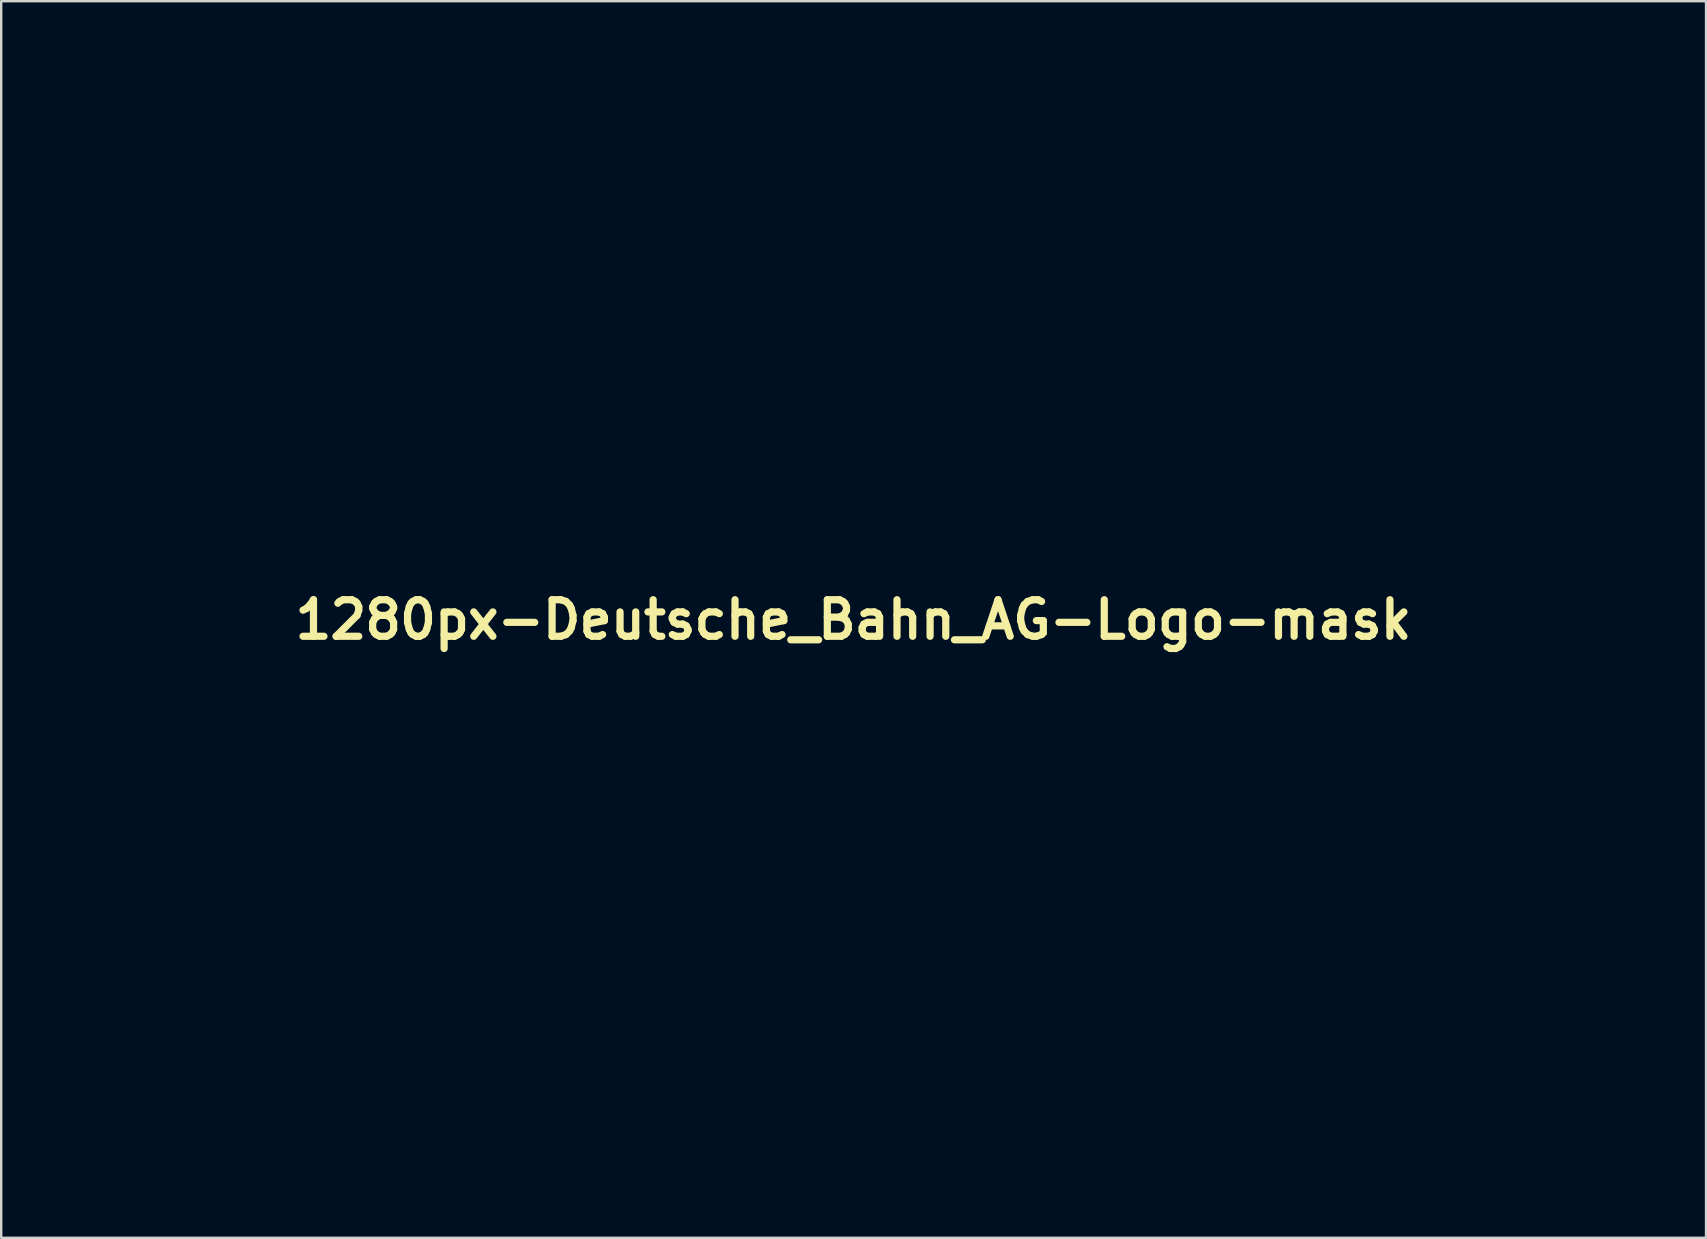
<source format=kicad_pcb>
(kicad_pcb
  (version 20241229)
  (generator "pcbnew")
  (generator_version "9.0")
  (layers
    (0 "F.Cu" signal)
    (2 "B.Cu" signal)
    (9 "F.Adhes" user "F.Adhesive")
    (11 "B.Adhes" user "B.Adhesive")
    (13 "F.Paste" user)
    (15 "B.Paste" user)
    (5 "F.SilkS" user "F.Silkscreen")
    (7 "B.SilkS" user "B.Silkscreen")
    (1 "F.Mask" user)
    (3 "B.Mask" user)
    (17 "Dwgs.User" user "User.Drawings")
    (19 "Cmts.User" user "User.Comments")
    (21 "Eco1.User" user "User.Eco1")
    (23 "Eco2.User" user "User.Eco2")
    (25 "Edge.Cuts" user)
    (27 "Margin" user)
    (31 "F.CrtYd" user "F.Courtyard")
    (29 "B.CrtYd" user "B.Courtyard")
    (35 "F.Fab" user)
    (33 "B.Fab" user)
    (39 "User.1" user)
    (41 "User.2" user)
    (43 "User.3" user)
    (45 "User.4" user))
  (footprint "1280px-Deutsche_Bahn_AG-Logo-mask"
    (layer "F.Cu")
    (at 32.508 22.771)
    (property "Reference" "1280px-Deutsche_Bahn_AG-Logo-mask" (at 0 0 0) (layer "F.SilkS") (effects (font (size 1.524 1.524) (thickness 0.3))))
    (attr through_hole)
    (fp_poly (pts (xy -16.548 -14.9) (xy -15.374 -14.897) (xy -14.343 -14.891) (xy -13.441 -14.88) (xy -12.654 -14.865) (xy -11.969 -14.843) (xy -11.373 -14.814) (xy -10.852 -14.778) (xy -10.393 -14.733) (xy -9.982 -14.679) (xy -9.605 -14.614) (xy -9.25 -14.538) (xy -8.902 -14.449) (xy -8.549 -14.348) (xy -8.255 -14.257) (xy -7.945 -14.148) (xy -7.58 -14.005) (xy -7.198 -13.844) (xy -6.837 -13.682) (xy -6.534 -13.535) (xy -6.329 -13.421) (xy -6.265 -13.373) (xy -6.173 -13.304) (xy -5.988 -13.185) (xy -5.884 -13.12) (xy -5.624 -12.953) (xy -5.388 -12.787) (xy -5.334 -12.745) (xy -5.158 -12.59) (xy -4.904 -12.348) (xy -4.604 -12.054) (xy -4.296 -11.745) (xy -4.013 -11.453) (xy -3.791 -11.216) (xy -3.682 -11.09) (xy -3.481 -10.824) (xy -3.276 -10.53) (xy -3.091 -10.247) (xy -2.952 -10.014) (xy -2.882 -9.868) (xy -2.879 -9.849) (xy -2.833 -9.735) (xy -2.815 -9.723) (xy -2.747 -9.633) (xy -2.631 -9.425) (xy -2.485 -9.135) (xy -2.327 -8.8) (xy -2.175 -8.458) (xy -2.047 -8.145) (xy -1.994 -8.001) (xy -1.895 -7.724) (xy -1.808 -7.491) (xy -1.776 -7.408) (xy -1.684 -7.134) (xy -1.573 -6.734) (xy -1.452 -6.248) (xy -1.333 -5.718) (xy -1.223 -5.185) (xy -1.136 -4.699) (xy -1.044 -4.11) (xy -0.972 -3.563) (xy -0.918 -3.023) (xy -0.88 -2.455) (xy -0.855 -1.826) (xy -0.841 -1.101) (xy -0.836 -0.245) (xy -0.836 -0.127) (xy -0.853 1.27) (xy -0.906 2.527) (xy -1 3.669) (xy -1.138 4.721) (xy -1.323 5.71) (xy -1.558 6.659) (xy -1.817 7.509) (xy -1.948 7.87) (xy -2.12 8.3) (xy -2.316 8.765) (xy -2.522 9.227) (xy -2.721 9.65) (xy -2.897 10) (xy -3.033 10.239) (xy -3.066 10.287) (xy -3.143 10.39) (xy -3.293 10.592) (xy -3.49 10.856) (xy -3.57 10.964) (xy -4.298 11.834) (xy -5.105 12.579) (xy -5.916 13.164) (xy -6.324 13.42) (xy -6.703 13.633) (xy -7.09 13.822) (xy -7.52 14) (xy -8.028 14.183) (xy -8.651 14.387) (xy -8.932 14.476) (xy -9.233 14.552) (xy -9.662 14.635) (xy -10.176 14.719) (xy -10.734 14.795) (xy -10.922 14.818) (xy -11.113 14.831) (xy -11.457 14.843) (xy -11.94 14.854) (xy -12.546 14.864) (xy -13.259 14.873) (xy -14.065 14.881) (xy -14.947 14.888) (xy -15.89 14.893) (xy -16.88 14.896) (xy -17.547 14.897) (xy -23.537 14.901) (xy -23.537 10.091) (xy -16.425 10.091) (xy -14.457 10.052) (xy -13.806 10.037) (xy -13.299 10.021) (xy -12.911 10.001) (xy -12.618 9.975) (xy -12.395 9.942) (xy -12.216 9.898) (xy -12.065 9.846) (xy -11.642 9.677) (xy -11.356 9.555) (xy -11.184 9.47) (xy -11.104 9.41) (xy -11.091 9.379) (xy -11.025 9.316) (xy -10.997 9.313) (xy -10.86 9.254) (xy -10.644 9.095) (xy -10.382 8.866) (xy -10.105 8.596) (xy -9.846 8.313) (xy -9.704 8.139) (xy -9.254 7.462) (xy -8.868 6.68) (xy -8.54 5.78) (xy -8.264 4.746) (xy -8.037 3.564) (xy -8.022 3.471) (xy -7.993 3.196) (xy -7.97 2.778) (xy -7.951 2.244) (xy -7.938 1.619) (xy -7.93 0.932) (xy -7.926 0.207) (xy -7.928 -0.527) (xy -7.934 -1.246) (xy -7.946 -1.922) (xy -7.962 -2.529) (xy -7.983 -3.041) (xy -8.009 -3.43) (xy -8.027 -3.598) (xy -8.181 -4.559) (xy -8.356 -5.382) (xy -8.561 -6.097) (xy -8.808 -6.734) (xy -9.106 -7.325) (xy -9.419 -7.832) (xy -9.835 -8.378) (xy -10.308 -8.839) (xy -10.868 -9.239) (xy -11.546 -9.6) (xy -12.065 -9.825) (xy -12.477 -9.95) (xy -13.036 -10.057) (xy -13.72 -10.141) (xy -14.506 -10.2) (xy -14.965 -10.22) (xy -16.425 -10.27) (xy -16.425 10.091) (xy -23.537 10.091) (xy -23.537 -14.901) (xy -17.877 -14.901) (xy -16.548 -14.9)) (stroke (width 0.01) (type solid)) (fill yes) (layer "F.Mask"))
    (fp_poly (pts (xy 8.7 -14.899) (xy 10.071 -14.898) (xy 11.285 -14.895) (xy 12.353 -14.889) (xy 13.287 -14.881) (xy 14.098 -14.869) (xy 14.799 -14.854) (xy 15.401 -14.835) (xy 15.916 -14.811) (xy 16.356 -14.783) (xy 16.732 -14.75) (xy 17.056 -14.711) (xy 17.34 -14.667) (xy 17.596 -14.616) (xy 17.653 -14.603) (xy 18.093 -14.494) (xy 18.505 -14.38) (xy 18.851 -14.272) (xy 19.093 -14.181) (xy 19.177 -14.137) (xy 19.319 -14.066) (xy 19.469 -14.012) (xy 19.877 -13.834) (xy 20.343 -13.547) (xy 20.83 -13.183) (xy 21.301 -12.772) (xy 21.719 -12.347) (xy 22.047 -11.938) (xy 22.193 -11.699) (xy 22.292 -11.523) (xy 22.36 -11.43) (xy 22.43 -11.316) (xy 22.535 -11.078) (xy 22.661 -10.755) (xy 22.794 -10.386) (xy 22.92 -10.008) (xy 23.024 -9.661) (xy 23.049 -9.567) (xy 23.138 -9.118) (xy 23.206 -8.569) (xy 23.252 -7.962) (xy 23.274 -7.341) (xy 23.27 -6.75) (xy 23.239 -6.231) (xy 23.181 -5.829) (xy 23.168 -5.777) (xy 22.916 -5.008) (xy 22.563 -4.301) (xy 22.089 -3.621) (xy 21.473 -2.934) (xy 21.418 -2.879) (xy 21.106 -2.581) (xy 20.791 -2.299) (xy 20.52 -2.076) (xy 20.402 -1.99) (xy 20.183 -1.839) (xy 20.027 -1.726) (xy 19.981 -1.689) (xy 19.885 -1.618) (xy 19.683 -1.489) (xy 19.415 -1.326) (xy 19.123 -1.154) (xy 18.847 -0.995) (xy 18.63 -0.876) (xy 18.521 -0.823) (xy 18.395 -0.732) (xy 18.388 -0.636) (xy 18.499 -0.593) (xy 18.769 -0.548) (xy 19.15 -0.425) (xy 19.61 -0.237) (xy 20.119 0.002) (xy 20.645 0.277) (xy 21.159 0.575) (xy 21.492 0.787) (xy 21.757 0.98) (xy 22.06 1.226) (xy 22.375 1.501) (xy 22.674 1.778) (xy 22.929 2.032) (xy 23.112 2.237) (xy 23.196 2.366) (xy 23.199 2.381) (xy 23.252 2.486) (xy 23.317 2.562) (xy 23.449 2.741) (xy 23.616 3.035) (xy 23.797 3.402) (xy 23.969 3.797) (xy 24.038 3.975) (xy 24.123 4.254) (xy 24.214 4.644) (xy 24.3 5.084) (xy 24.349 5.391) (xy 24.407 5.815) (xy 24.439 6.146) (xy 24.444 6.443) (xy 24.423 6.764) (xy 24.375 7.169) (xy 24.346 7.385) (xy 24.242 8.062) (xy 24.126 8.625) (xy 23.983 9.127) (xy 23.795 9.623) (xy 23.552 10.16) (xy 23.209 10.758) (xy 22.751 11.382) (xy 22.217 11.987) (xy 21.648 12.53) (xy 21.081 12.965) (xy 21.078 12.967) (xy 20.448 13.348) (xy 19.751 13.71) (xy 19.04 14.028) (xy 18.368 14.277) (xy 17.949 14.398) (xy 17.629 14.477) (xy 17.35 14.546) (xy 17.097 14.606) (xy 16.858 14.657) (xy 16.619 14.7) (xy 16.368 14.737) (xy 16.091 14.767) (xy 15.775 14.791) (xy 15.406 14.811) (xy 14.972 14.826) (xy 14.459 14.838) (xy 13.854 14.847) (xy 13.143 14.854) (xy 12.314 14.86) (xy 11.353 14.865) (xy 10.247 14.871) (xy 9.207 14.876) (xy 2.371 14.91) (xy 2.371 2.455) (xy 9.483 2.455) (xy 9.483 10.092) (xy 11.578 10.055) (xy 12.234 10.043) (xy 12.747 10.03) (xy 13.143 10.014) (xy 13.45 9.993) (xy 13.692 9.964) (xy 13.897 9.924) (xy 14.092 9.872) (xy 14.302 9.803) (xy 14.339 9.791) (xy 15.089 9.468) (xy 15.7 9.056) (xy 16.176 8.548) (xy 16.522 7.939) (xy 16.742 7.222) (xy 16.841 6.389) (xy 16.848 6.071) (xy 16.787 5.237) (xy 16.605 4.521) (xy 16.3 3.916) (xy 15.87 3.42) (xy 15.312 3.028) (xy 15.155 2.947) (xy 14.819 2.799) (xy 14.473 2.683) (xy 14.094 2.595) (xy 13.654 2.531) (xy 13.129 2.489) (xy 12.493 2.465) (xy 11.721 2.456) (xy 11.462 2.455) (xy 9.483 2.455) (xy 2.371 2.455) (xy 2.371 -3.133) (xy 9.483 -3.133) (xy 11.211 -3.133) (xy 11.907 -3.137) (xy 12.458 -3.151) (xy 12.885 -3.177) (xy 13.212 -3.215) (xy 13.443 -3.261) (xy 14.187 -3.52) (xy 14.801 -3.886) (xy 15.29 -4.362) (xy 15.658 -4.955) (xy 15.911 -5.67) (xy 16.005 -6.138) (xy 16.056 -6.525) (xy 16.066 -6.829) (xy 16.033 -7.132) (xy 15.969 -7.451) (xy 15.836 -7.965) (xy 15.68 -8.367) (xy 15.475 -8.71) (xy 15.198 -9.045) (xy 14.651 -9.521) (xy 13.975 -9.891) (xy 13.632 -10.023) (xy 13.44 -10.079) (xy 13.217 -10.123) (xy 12.935 -10.156) (xy 12.569 -10.182) (xy 12.092 -10.202) (xy 11.478 -10.218) (xy 11.324 -10.222) (xy 9.483 -10.261) (xy 9.483 -3.133) (xy 2.371 -3.133) (xy 2.371 -14.901) (xy 8.7 -14.899)) (stroke (width 0.01) (type solid)) (fill yes) (layer "F.Mask"))
    (fp_poly (pts (xy -11.296 -22.766) (xy -9.361 -22.766) (xy -7.28 -22.764) (xy -5.048 -22.763) (xy -2.658 -22.761) (xy -0.105 -22.759) (xy 0.55 -22.758) (xy 3.076 -22.756) (xy 5.437 -22.753) (xy 7.641 -22.751) (xy 9.692 -22.749) (xy 11.596 -22.746) (xy 13.358 -22.744) (xy 14.985 -22.741) (xy 16.482 -22.739) (xy 17.853 -22.736) (xy 19.106 -22.732) (xy 20.245 -22.729) (xy 21.277 -22.725) (xy 22.206 -22.721) (xy 23.038 -22.717) (xy 23.78 -22.712) (xy 24.435 -22.707) (xy 25.011 -22.701) (xy 25.513 -22.695) (xy 25.945 -22.688) (xy 26.315 -22.681) (xy 26.627 -22.673) (xy 26.886 -22.664) (xy 27.1 -22.655) (xy 27.272 -22.645) (xy 27.409 -22.634) (xy 27.517 -22.623) (xy 27.6 -22.61) (xy 27.665 -22.597) (xy 27.712 -22.585) (xy 28.06 -22.47) (xy 28.408 -22.338) (xy 28.576 -22.267) (xy 28.804 -22.168) (xy 28.965 -22.107) (xy 29.003 -22.098) (xy 29.119 -22.049) (xy 29.331 -21.92) (xy 29.604 -21.735) (xy 29.902 -21.519) (xy 30.191 -21.299) (xy 30.434 -21.1) (xy 30.542 -21.002) (xy 31.179 -20.286) (xy 31.712 -19.481) (xy 32.122 -18.624) (xy 32.388 -17.75) (xy 32.423 -17.574) (xy 32.433 -17.429) (xy 32.443 -17.124) (xy 32.453 -16.67) (xy 32.462 -16.076) (xy 32.47 -15.353) (xy 32.477 -14.51) (xy 32.484 -13.557) (xy 32.49 -12.504) (xy 32.496 -11.361) (xy 32.501 -10.138) (xy 32.505 -8.845) (xy 32.509 -7.492) (xy 32.511 -6.088) (xy 32.514 -4.644) (xy 32.515 -3.169) (xy 32.516 -1.674) (xy 32.517 -0.168) (xy 32.516 1.339) (xy 32.515 2.837) (xy 32.514 4.315) (xy 32.511 5.765) (xy 32.508 7.176) (xy 32.505 8.539) (xy 32.5 9.842) (xy 32.496 11.078) (xy 32.49 12.234) (xy 32.484 13.303) (xy 32.477 14.273) (xy 32.47 15.135) (xy 32.461 15.879) (xy 32.453 16.495) (xy 32.443 16.973) (xy 32.433 17.303) (xy 32.423 17.476) (xy 32.421 17.489) (xy 32.224 18.316) (xy 31.943 19.052) (xy 31.557 19.734) (xy 31.047 20.398) (xy 30.478 20.997) (xy 29.684 21.654) (xy 28.771 22.19) (xy 27.935 22.539) (xy 27.39 22.731) (xy 0.296 22.743) (xy -1.839 22.744) (xy -3.931 22.744) (xy -5.976 22.744) (xy -7.965 22.743) (xy -9.893 22.743) (xy -11.754 22.741) (xy -13.54 22.74) (xy -15.245 22.738) (xy -16.863 22.735) (xy -18.387 22.733) (xy -19.812 22.73) (xy -21.13 22.727) (xy -22.335 22.723) (xy -23.421 22.719) (xy -24.381 22.715) (xy -25.208 22.711) (xy -25.897 22.706) (xy -26.441 22.702) (xy -26.833 22.697) (xy -27.067 22.692) (xy -27.136 22.688) (xy -27.577 22.592) (xy -27.961 22.492) (xy -28.245 22.401) (xy -28.345 22.358) (xy -28.506 22.276) (xy -28.747 22.156) (xy -28.871 22.095) (xy -29.774 21.566) (xy -30.558 20.916) (xy -31.225 20.144) (xy -31.775 19.25) (xy -32.202 18.25) (xy -32.47 17.484) (xy -32.487 5.489) (xy -27.771 5.489) (xy -27.771 7.025) (xy -27.771 8.42) (xy -27.77 9.681) (xy -27.768 10.814) (xy -27.764 11.828) (xy -27.76 12.728) (xy -27.753 13.522) (xy -27.745 14.218) (xy -27.735 14.821) (xy -27.723 15.34) (xy -27.708 15.78) (xy -27.69 16.15) (xy -27.67 16.455) (xy -27.646 16.704) (xy -27.619 16.903) (xy -27.589 17.06) (xy -27.554 17.18) (xy -27.516 17.272) (xy -27.473 17.342) (xy -27.426 17.398) (xy -27.375 17.446) (xy -27.318 17.493) (xy -27.256 17.547) (xy -27.219 17.583) (xy -27.176 17.633) (xy -27.143 17.679) (xy -27.115 17.722) (xy -27.086 17.762) (xy -27.05 17.799) (xy -27.003 17.834) (xy -26.938 17.865) (xy -26.851 17.895) (xy -26.735 17.921) (xy -26.585 17.946) (xy -26.395 17.968) (xy -26.16 17.988) (xy -25.875 18.006) (xy -25.533 18.022) (xy -25.129 18.037) (xy -24.658 18.05) (xy -24.114 18.061) (xy -23.492 18.07) (xy -22.786 18.079) (xy -21.99 18.086) (xy -21.099 18.092) (xy -20.107 18.096) (xy -19.01 18.1) (xy -17.8 18.103) (xy -16.473 18.106) (xy -15.024 18.107) (xy -13.446 18.109) (xy -11.734 18.109) (xy -9.883 18.11) (xy -7.886 18.11) (xy -5.739 18.111) (xy -3.436 18.111) (xy -0.971 18.112) (xy 0.011 18.112) (xy 2.532 18.112) (xy 4.89 18.113) (xy 7.09 18.113) (xy 9.136 18.113) (xy 11.036 18.113) (xy 12.793 18.112) (xy 14.414 18.111) (xy 15.905 18.11) (xy 17.27 18.109) (xy 18.515 18.107) (xy 19.646 18.105) (xy 20.669 18.102) (xy 21.588 18.099) (xy 22.409 18.095) (xy 23.139 18.091) (xy 23.781 18.086) (xy 24.342 18.081) (xy 24.828 18.075) (xy 25.243 18.068) (xy 25.593 18.061) (xy 25.885 18.053) (xy 26.123 18.045) (xy 26.312 18.036) (xy 26.459 18.026) (xy 26.569 18.015) (xy 26.647 18.003) (xy 26.698 17.991) (xy 26.715 17.985) (xy 27.155 17.713) (xy 27.509 17.316) (xy 27.628 17.111) (xy 27.645 17.068) (xy 27.66 17.008) (xy 27.674 16.922) (xy 27.687 16.804) (xy 27.699 16.647) (xy 27.71 16.443) (xy 27.719 16.186) (xy 27.728 15.869) (xy 27.735 15.484) (xy 27.742 15.026) (xy 27.747 14.486) (xy 27.752 13.858) (xy 27.757 13.135) (xy 27.76 12.309) (xy 27.763 11.374) (xy 27.765 10.323) (xy 27.767 9.149) (xy 27.768 7.845) (xy 27.769 6.403) (xy 27.77 4.817) (xy 27.77 3.081) (xy 27.771 1.185) (xy 27.771 -0.016) (xy 27.771 -2.002) (xy 27.77 -3.826) (xy 27.77 -5.494) (xy 27.77 -7.014) (xy 27.769 -8.393) (xy 27.767 -9.638) (xy 27.766 -10.756) (xy 27.764 -11.755) (xy 27.761 -12.64) (xy 27.757 -13.419) (xy 27.753 -14.1) (xy 27.748 -14.689) (xy 27.743 -15.194) (xy 27.736 -15.621) (xy 27.728 -15.977) (xy 27.72 -16.27) (xy 27.71 -16.507) (xy 27.699 -16.694) (xy 27.687 -16.839) (xy 27.673 -16.949) (xy 27.658 -17.03) (xy 27.642 -17.091) (xy 27.624 -17.138) (xy 27.609 -17.17) (xy 27.454 -17.428) (xy 27.283 -17.656) (xy 27.258 -17.683) (xy 27.223 -17.725) (xy 27.196 -17.763) (xy 27.169 -17.799) (xy 27.139 -17.832) (xy 27.099 -17.863) (xy 27.044 -17.892) (xy 26.968 -17.918) (xy 26.866 -17.943) (xy 26.733 -17.965) (xy 26.561 -17.985) (xy 26.347 -18.004) (xy 26.085 -18.02) (xy 25.769 -18.035) (xy 25.393 -18.049) (xy 24.952 -18.061) (xy 24.441 -18.071) (xy 23.853 -18.08) (xy 23.184 -18.088) (xy 22.428 -18.095) (xy 21.579 -18.101) (xy 20.632 -18.106) (xy 19.581 -18.109) (xy 18.42 -18.112) (xy 17.145 -18.115) (xy 15.749 -18.117) (xy 14.228 -18.118) (xy 12.574 -18.118) (xy 10.784 -18.119) (xy 8.851 -18.119) (xy 6.77 -18.119) (xy 4.536 -18.119) (xy 2.142 -18.119) (xy 0.037 -18.119) (xy -2.487 -18.119) (xy -4.848 -18.118) (xy -7.049 -18.118) (xy -9.098 -18.118) (xy -11 -18.117) (xy -12.76 -18.116) (xy -14.384 -18.115) (xy -15.876 -18.113) (xy -17.244 -18.111) (xy -18.491 -18.109) (xy -19.624 -18.107) (xy -20.649 -18.104) (xy -21.57 -18.1) (xy -22.393 -18.096) (xy -23.124 -18.092) (xy -23.768 -18.087) (xy -24.331 -18.082) (xy -24.817 -18.076) (xy -25.234 -18.069) (xy -25.586 -18.062) (xy -25.878 -18.054) (xy -26.117 -18.046) (xy -26.307 -18.037) (xy -26.454 -18.027) (xy -26.564 -18.016) (xy -26.643 -18.005) (xy -26.695 -17.992) (xy -26.717 -17.984) (xy -27.161 -17.682) (xy -27.502 -17.252) (xy -27.613 -17.032) (xy -27.631 -16.984) (xy -27.649 -16.927) (xy -27.664 -16.852) (xy -27.679 -16.754) (xy -27.692 -16.624) (xy -27.703 -16.457) (xy -27.714 -16.243) (xy -27.723 -15.978) (xy -27.731 -15.653) (xy -27.739 -15.261) (xy -27.745 -14.795) (xy -27.75 -14.248) (xy -27.755 -13.614) (xy -27.759 -12.884) (xy -27.762 -12.051) (xy -27.765 -11.11) (xy -27.767 -10.051) (xy -27.768 -8.869) (xy -27.769 -7.556) (xy -27.77 -6.105) (xy -27.77 -4.509) (xy -27.771 -2.761) (xy -27.771 -0.854) (xy -27.771 -0.037) (xy -27.771 1.965) (xy -27.771 3.805) (xy -27.771 5.489) (xy -32.487 5.489) (xy -32.494 0.466) (xy -32.497 -1.582) (xy -32.499 -3.468) (xy -32.501 -5.199) (xy -32.503 -6.782) (xy -32.503 -8.223) (xy -32.502 -9.531) (xy -32.501 -10.712) (xy -32.498 -11.773) (xy -32.495 -12.722) (xy -32.49 -13.565) (xy -32.483 -14.31) (xy -32.475 -14.963) (xy -32.466 -15.533) (xy -32.454 -16.025) (xy -32.441 -16.447) (xy -32.426 -16.806) (xy -32.409 -17.109) (xy -32.389 -17.363) (xy -32.368 -17.576) (xy -32.344 -17.753) (xy -32.317 -17.904) (xy -32.288 -18.034) (xy -32.256 -18.151) (xy -32.222 -18.261) (xy -32.213 -18.288) (xy -32.112 -18.552) (xy -31.97 -18.88) (xy -31.808 -19.224) (xy -31.651 -19.537) (xy -31.519 -19.774) (xy -31.454 -19.868) (xy -31.351 -19.997) (xy -31.201 -20.193) (xy -31.159 -20.249) (xy -30.922 -20.536) (xy -30.609 -20.868) (xy -30.279 -21.186) (xy -30.056 -21.38) (xy -29.732 -21.614) (xy -29.34 -21.858) (xy -28.926 -22.085) (xy -28.54 -22.269) (xy -28.23 -22.383) (xy -28.173 -22.397) (xy -27.955 -22.459) (xy -27.81 -22.527) (xy -27.808 -22.528) (xy -27.77 -22.552) (xy -27.716 -22.574) (xy -27.639 -22.595) (xy -27.535 -22.614) (xy -27.397 -22.632) (xy -27.221 -22.649) (xy -27 -22.664) (xy -26.73 -22.678) (xy -26.406 -22.691) (xy -26.021 -22.702) (xy -25.571 -22.713) (xy -25.049 -22.722) (xy -24.452 -22.73) (xy -23.772 -22.738) (xy -23.006 -22.744) (xy -22.146 -22.75) (xy -21.189 -22.754) (xy -20.129 -22.758) (xy -18.96 -22.761) (xy -17.677 -22.763) (xy -16.274 -22.765) (xy -14.747 -22.766) (xy -13.089 -22.766) (xy -11.296 -22.766)) (stroke (width 0.01) (type solid)) (fill yes) (layer "F.Mask")))
  (gr_rect
    (start -3 -3)
    (end 68.03 48.521)
    (stroke (width 0.1) (type default))
    (fill no)
    (layer "Edge.Cuts")))
</source>
